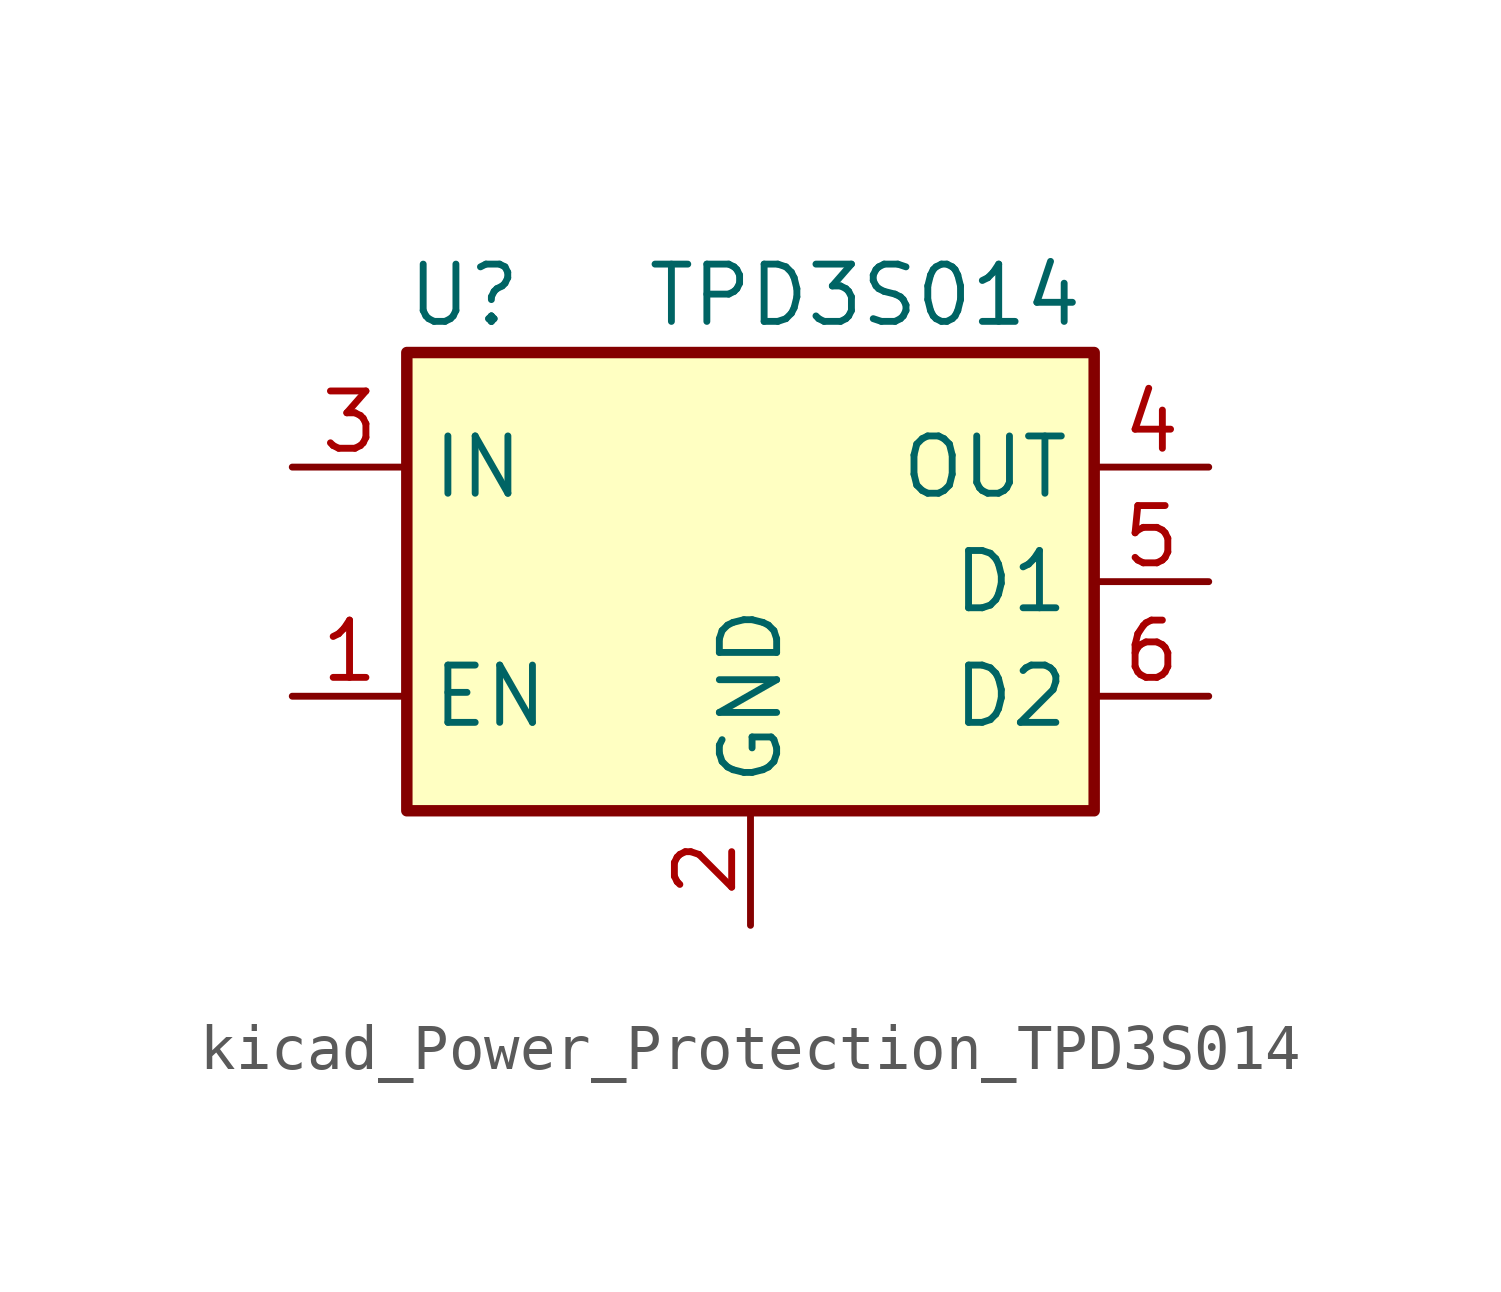
<source format=kicad_sym>
(kicad_symbol_lib
  (version 20220914)
  (generator kicad_symbol_editor)
  (symbol "kicad_Power_Protection_TPD3S014"
    (property "Reference" "U"
      (at -6.35 6.35 0)
      (effects (font (size 1.27 1.27))))
    (property "Value" "TPD3S014"
      (at 2.54 6.35 0)
      (effects (font (size 1.27 1.27))))
    (symbol "kicad_Power_Protection_TPD3S014_0_1"
      (rectangle (start -7.62 5.08) (end 7.62 -5.08) (stroke (width 0.254) (type default)) (fill (type background))))
    (symbol "kicad_Power_Protection_TPD3S014_1_1"
      (pin input line (at -10.16 -2.54 0) (length 2.54) (name "EN" (effects (font (size 1.27 1.27)))) (number "1" (effects (font (size 1.27 1.27)))))
      (pin power_in line (at 0 -7.62 90) (length 2.54) (name "GND" (effects (font (size 1.27 1.27)))) (number "2" (effects (font (size 1.27 1.27)))))
      (pin power_in line (at -10.16 2.54 0) (length 2.54) (name "IN" (effects (font (size 1.27 1.27)))) (number "3" (effects (font (size 1.27 1.27)))))
      (pin passive line (at 10.16 2.54 180) (length 2.54) (name "OUT" (effects (font (size 1.27 1.27)))) (number "4" (effects (font (size 1.27 1.27)))))
      (pin passive line (at 10.16 0 180) (length 2.54) (name "D1" (effects (font (size 1.27 1.27)))) (number "5" (effects (font (size 1.27 1.27)))))
      (pin passive line (at 10.16 -2.54 180) (length 2.54) (name "D2" (effects (font (size 1.27 1.27)))) (number "6" (effects (font (size 1.27 1.27))))))))
</source>
